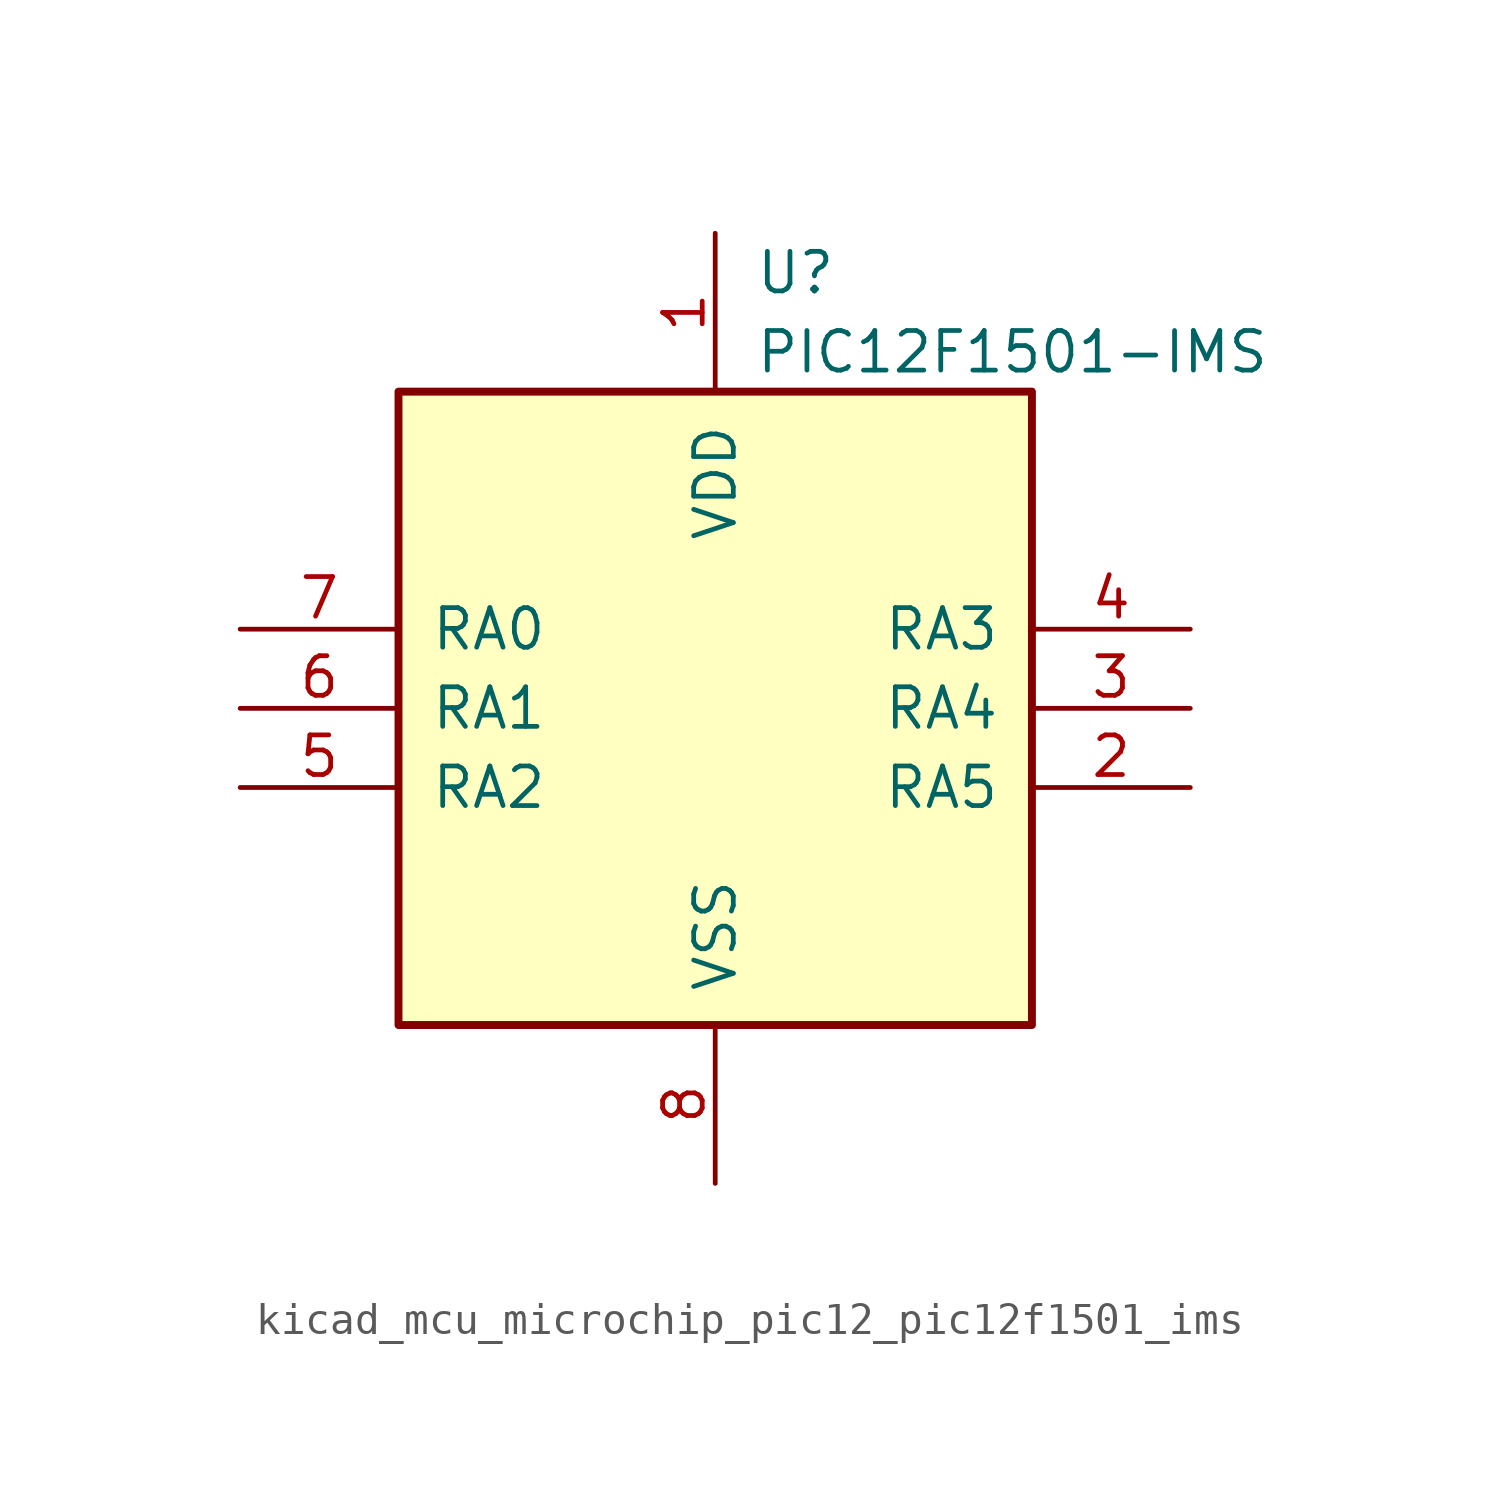
<source format=kicad_sym>
(kicad_symbol_lib
  (version 20220914)
  (generator kicad_symbol_editor)
  (symbol "kicad_mcu_microchip_pic12_pic12f1501_ims"
    (pin_names
      (offset 1.016))
    (property "Reference" "U"
      (at 1.27 13.97 0)
      (effects (font (size 1.27 1.27)) (justify left)))
    (property "Value" "PIC12F1501-IMS"
      (at 1.27 11.43 0)
      (effects (font (size 1.27 1.27)) (justify left)))
    (symbol "kicad_mcu_microchip_pic12_pic12f1501_ims_0_1"
      (rectangle (start 10.16 -10.16) (end -10.16 10.16) (stroke (width 0.254) (type default)) (fill (type background))))
    (symbol "kicad_mcu_microchip_pic12_pic12f1501_ims_1_1"
      (pin power_in line (at 0 15.24 270) (length 5.08) (name "VDD" (effects (font (size 1.27 1.27)))) (number "1" (effects (font (size 1.27 1.27)))))
      (pin bidirectional line (at 15.24 -2.54 180) (length 5.08) (name "RA5" (effects (font (size 1.27 1.27)))) (number "2" (effects (font (size 1.27 1.27)))))
      (pin bidirectional line (at 15.24 0 180) (length 5.08) (name "RA4" (effects (font (size 1.27 1.27)))) (number "3" (effects (font (size 1.27 1.27)))))
      (pin input line (at 15.24 2.54 180) (length 5.08) (name "RA3" (effects (font (size 1.27 1.27)))) (number "4" (effects (font (size 1.27 1.27)))))
      (pin bidirectional line (at -15.24 -2.54 0) (length 5.08) (name "RA2" (effects (font (size 1.27 1.27)))) (number "5" (effects (font (size 1.27 1.27)))))
      (pin bidirectional line (at -15.24 0 0) (length 5.08) (name "RA1" (effects (font (size 1.27 1.27)))) (number "6" (effects (font (size 1.27 1.27)))))
      (pin bidirectional line (at -15.24 2.54 0) (length 5.08) (name "RA0" (effects (font (size 1.27 1.27)))) (number "7" (effects (font (size 1.27 1.27)))))
      (pin power_in line (at 0 -15.24 90) (length 5.08) (name "VSS" (effects (font (size 1.27 1.27)))) (number "8" (effects (font (size 1.27 1.27))))))))
</source>
